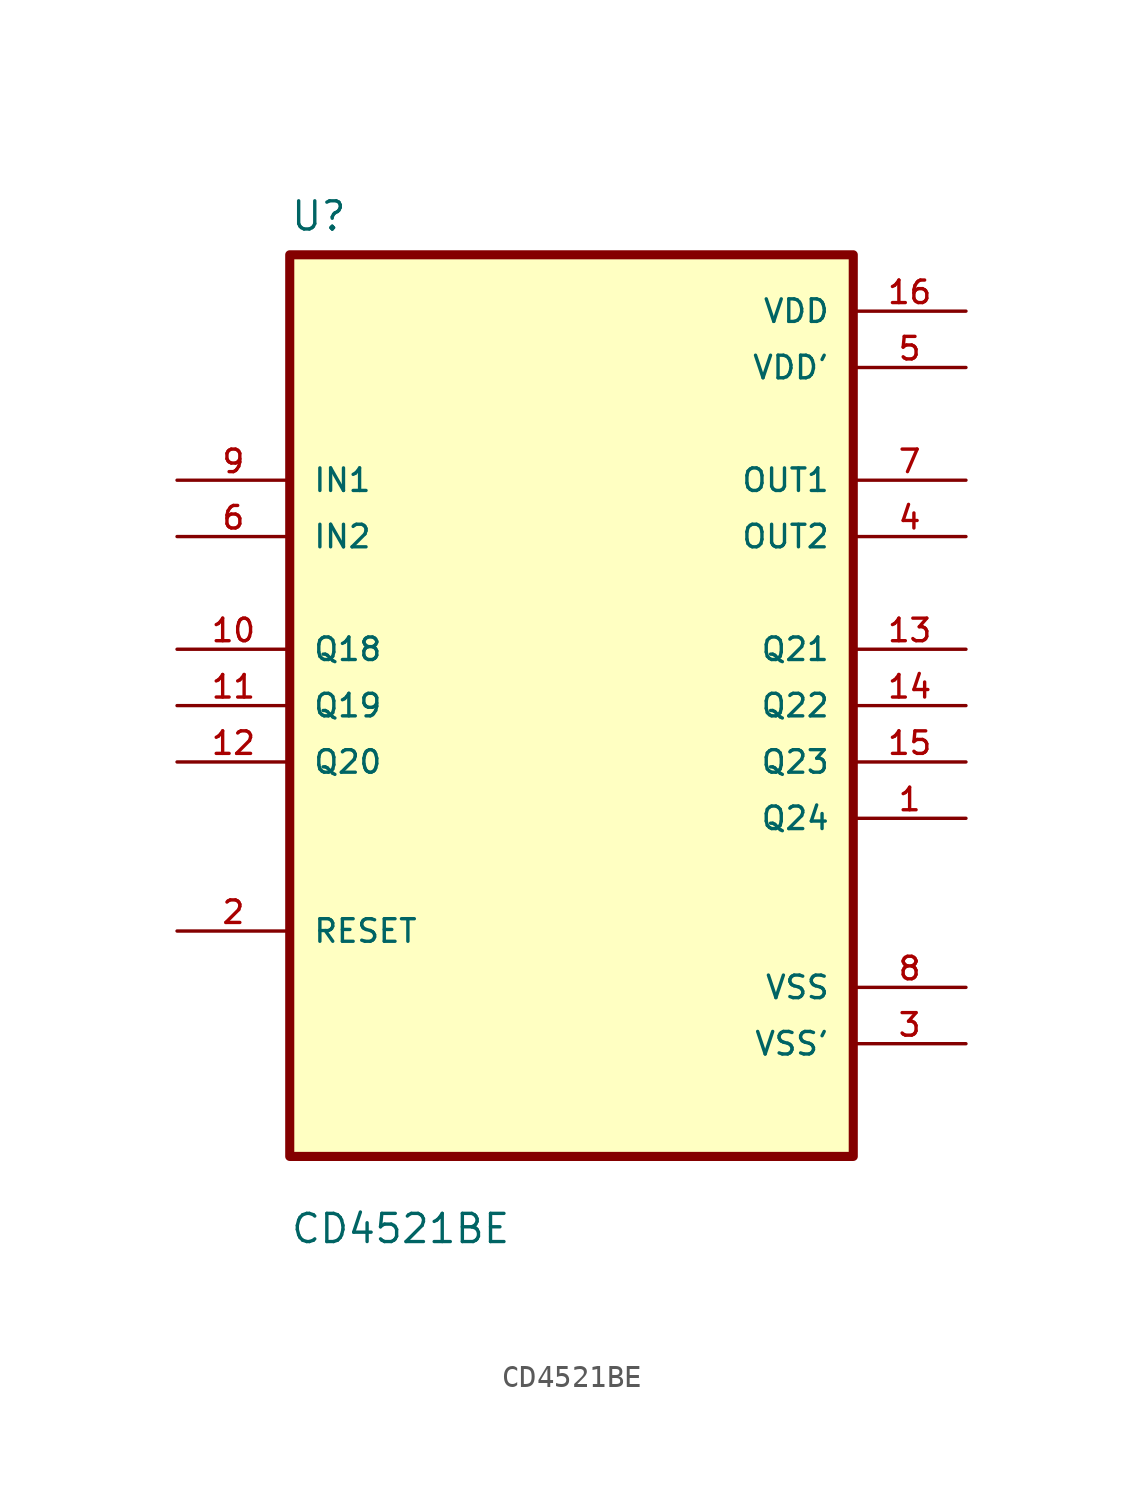
<source format=kicad_sym>
(kicad_symbol_lib
  (version 20211014)
  (generator kicad_symbol_editor)
  (symbol "CD4521BE"
    (pin_names
      (offset 1.016))
    (property "Reference" "U"
      (at -12.7 21.32 0.0)
      (effects (font (size 1.27 1.27)) (justify bottom left)))
    (property "Value" "CD4521BE"
      (at -12.7 -24.32 0.0)
      (effects (font (size 1.27 1.27)) (justify bottom left)))
    (symbol "CD4521BE_0_0"
      (rectangle (start -12.7 -20.32) (end 12.7 20.32) (stroke (width 0.41)) (fill (type background)))
      (pin input line (at -17.78 10.16 0) (length 5.08) (name "IN1" (effects (font (size 1.016 1.016)))) (number "9" (effects (font (size 1.016 1.016)))))
      (pin input line (at -17.78 7.62 0) (length 5.08) (name "IN2" (effects (font (size 1.016 1.016)))) (number "6" (effects (font (size 1.016 1.016)))))
      (pin bidirectional line (at -17.78 2.54 0) (length 5.08) (name "Q18" (effects (font (size 1.016 1.016)))) (number "10" (effects (font (size 1.016 1.016)))))
      (pin bidirectional line (at -17.78 0.0 0) (length 5.08) (name "Q19" (effects (font (size 1.016 1.016)))) (number "11" (effects (font (size 1.016 1.016)))))
      (pin bidirectional line (at -17.78 -2.54 0) (length 5.08) (name "Q20" (effects (font (size 1.016 1.016)))) (number "12" (effects (font (size 1.016 1.016)))))
      (pin bidirectional line (at -17.78 -10.16 0) (length 5.08) (name "RESET" (effects (font (size 1.016 1.016)))) (number "2" (effects (font (size 1.016 1.016)))))
      (pin power_in line (at 17.78 17.78 180.0) (length 5.08) (name "VDD" (effects (font (size 1.016 1.016)))) (number "16" (effects (font (size 1.016 1.016)))))
      (pin power_in line (at 17.78 15.24 180.0) (length 5.08) (name "VDD'" (effects (font (size 1.016 1.016)))) (number "5" (effects (font (size 1.016 1.016)))))
      (pin output line (at 17.78 10.16 180.0) (length 5.08) (name "OUT1" (effects (font (size 1.016 1.016)))) (number "7" (effects (font (size 1.016 1.016)))))
      (pin output line (at 17.78 7.62 180.0) (length 5.08) (name "OUT2" (effects (font (size 1.016 1.016)))) (number "4" (effects (font (size 1.016 1.016)))))
      (pin bidirectional line (at 17.78 2.54 180.0) (length 5.08) (name "Q21" (effects (font (size 1.016 1.016)))) (number "13" (effects (font (size 1.016 1.016)))))
      (pin bidirectional line (at 17.78 1.77636e-15 180.0) (length 5.08) (name "Q22" (effects (font (size 1.016 1.016)))) (number "14" (effects (font (size 1.016 1.016)))))
      (pin bidirectional line (at 17.78 -2.54 180.0) (length 5.08) (name "Q23" (effects (font (size 1.016 1.016)))) (number "15" (effects (font (size 1.016 1.016)))))
      (pin bidirectional line (at 17.78 -5.08 180.0) (length 5.08) (name "Q24" (effects (font (size 1.016 1.016)))) (number "1" (effects (font (size 1.016 1.016)))))
      (pin power_in line (at 17.78 -12.7 180.0) (length 5.08) (name "VSS" (effects (font (size 1.016 1.016)))) (number "8" (effects (font (size 1.016 1.016)))))
      (pin power_in line (at 17.78 -15.24 180.0) (length 5.08) (name "VSS'" (effects (font (size 1.016 1.016)))) (number "3" (effects (font (size 1.016 1.016))))))))
</source>
